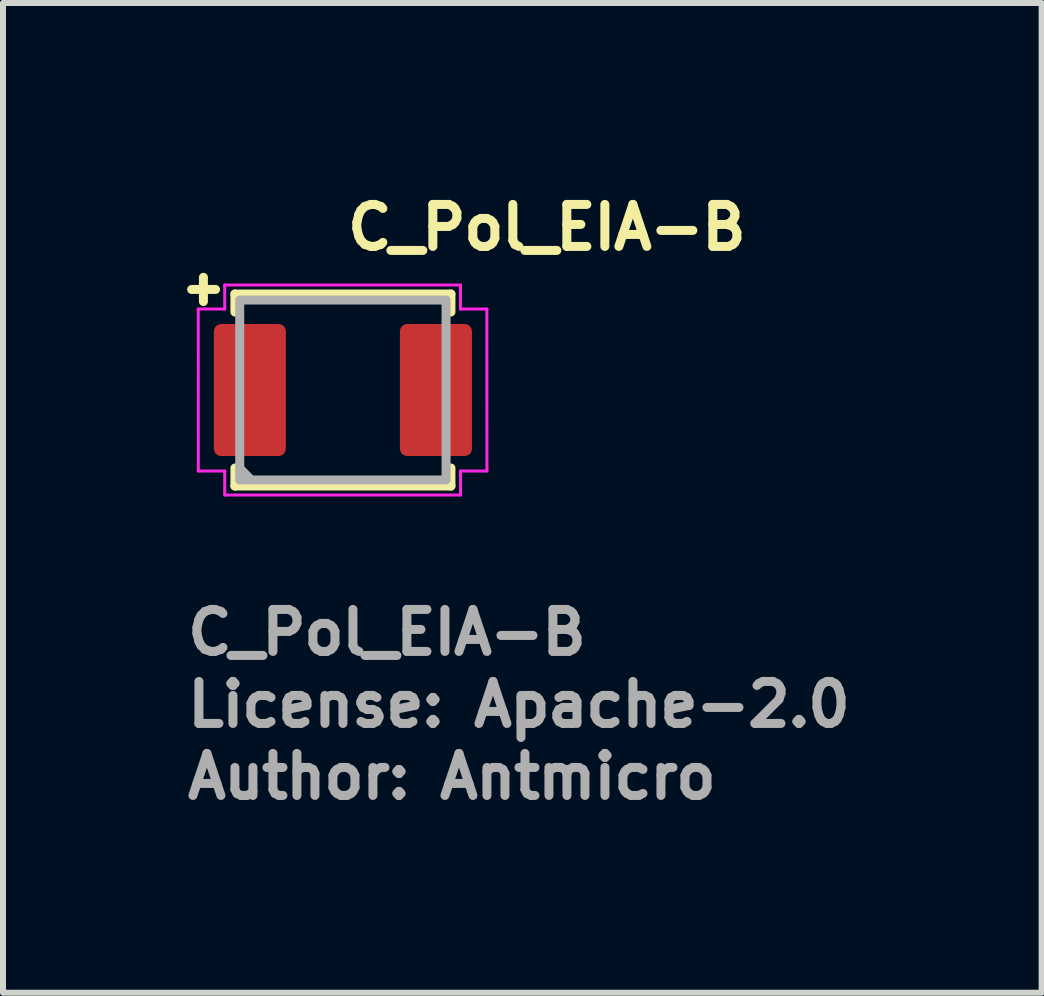
<source format=kicad_pcb>
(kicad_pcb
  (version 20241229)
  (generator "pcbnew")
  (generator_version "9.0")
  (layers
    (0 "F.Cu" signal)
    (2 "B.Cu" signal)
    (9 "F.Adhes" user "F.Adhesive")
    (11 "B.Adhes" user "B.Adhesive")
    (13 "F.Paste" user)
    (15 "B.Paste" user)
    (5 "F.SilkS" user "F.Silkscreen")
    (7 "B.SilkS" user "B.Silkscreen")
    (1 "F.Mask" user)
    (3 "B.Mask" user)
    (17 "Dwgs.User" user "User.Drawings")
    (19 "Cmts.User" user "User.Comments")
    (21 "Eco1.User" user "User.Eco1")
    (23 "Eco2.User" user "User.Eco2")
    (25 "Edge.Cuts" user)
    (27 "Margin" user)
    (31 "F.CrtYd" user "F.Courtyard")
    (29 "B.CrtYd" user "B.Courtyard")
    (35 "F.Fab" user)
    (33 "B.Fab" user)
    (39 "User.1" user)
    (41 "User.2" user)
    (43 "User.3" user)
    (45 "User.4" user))
  (footprint "C_Pol_EIA-B"
    (layer "F.Cu")
    (at 2.665 3.45)
    (property "Reference" "C_Pol_EIA-B" (at 0 -2.3 0) (layer "F.SilkS") (effects (font (size 0.7 0.7) (thickness 0.15)) (justify left bottom)))
    (attr smd)
    (fp_line (start -2.521 -1.676) (end -2.123 -1.676) (stroke (width 0.15) (type solid)) (layer "F.SilkS"))
    (fp_line (start -2.325 -1.475) (end -2.325 -1.878) (stroke (width 0.15) (type solid)) (layer "F.SilkS"))
    (fp_line (start -1.8 -1.6) (end 1.8 -1.6) (stroke (width 0.15) (type solid)) (layer "F.SilkS"))
    (fp_line (start -1.8 -1.3) (end -1.8 -1.6) (stroke (width 0.15) (type solid)) (layer "F.SilkS"))
    (fp_line (start -1.8 1.3) (end -1.8 1.6) (stroke (width 0.15) (type solid)) (layer "F.SilkS"))
    (fp_line (start 1.8 -1.3) (end 1.8 -1.6) (stroke (width 0.15) (type solid)) (layer "F.SilkS"))
    (fp_line (start 1.8 1.3) (end 1.8 1.6) (stroke (width 0.15) (type solid)) (layer "F.SilkS"))
    (fp_line (start 1.8 1.6) (end -1.8 1.6) (stroke (width 0.15) (type solid)) (layer "F.SilkS"))
    (fp_line (start -2.411 -1.35) (end -2.41 1.35) (stroke (width 0.05) (type solid)) (layer "F.CrtYd"))
    (fp_line (start -1.97 -1.75) (end -1.97 -1.35) (stroke (width 0.05) (type solid)) (layer "F.CrtYd"))
    (fp_line (start -1.97 -1.35) (end -2.41 -1.35) (stroke (width 0.05) (type solid)) (layer "F.CrtYd"))
    (fp_line (start -1.97 1.35) (end -2.41 1.35) (stroke (width 0.05) (type solid)) (layer "F.CrtYd"))
    (fp_line (start -1.97 1.35) (end -1.97 1.75) (stroke (width 0.05) (type solid)) (layer "F.CrtYd"))
    (fp_line (start 1.959 -1.75) (end -1.97 -1.75) (stroke (width 0.05) (type solid)) (layer "F.CrtYd"))
    (fp_line (start 1.959 -1.75) (end 1.959 -1.35) (stroke (width 0.05) (type solid)) (layer "F.CrtYd"))
    (fp_line (start 1.96 1.35) (end 1.96 1.75) (stroke (width 0.05) (type solid)) (layer "F.CrtYd"))
    (fp_line (start 1.96 1.75) (end -1.97 1.75) (stroke (width 0.05) (type solid)) (layer "F.CrtYd"))
    (fp_line (start 2.399 -1.35) (end 1.959 -1.35) (stroke (width 0.05) (type solid)) (layer "F.CrtYd"))
    (fp_line (start 2.399 -1.35) (end 2.4 1.35) (stroke (width 0.05) (type solid)) (layer "F.CrtYd"))
    (fp_line (start 2.4 1.35) (end 1.96 1.35) (stroke (width 0.05) (type solid)) (layer "F.CrtYd"))
    (fp_line (start -1.7 1.324) (end -1.551 1.475) (stroke (width 0.15) (type solid)) (layer "F.Fab"))
    (fp_rect (start -1.72 -1.5) (end 1.719 1.499) (stroke (width 0.15) (type solid)) (fill no) (layer "F.Fab"))
    (fp_rect (start -1.72 -1.5) (end 1.719 1.499) (stroke (width 0.1) (type solid)) (fill no) (layer "User.5"))
    (fp_rect (start -1.72 -1.5) (end 1.719 1.499) (stroke (width 0.1) (type solid)) (fill no) (layer "User.5"))
    (fp_line (start -1.72 -1.5) (end -1.72 1.499) (stroke (width 0.02) (type solid)) (layer "User.9"))
    (fp_line (start -1.72 1.499) (end 1.719 1.499) (stroke (width 0.02) (type solid)) (layer "User.9"))
    (fp_line (start 1.719 -1.5) (end -1.72 -1.5) (stroke (width 0.02) (type solid)) (layer "User.9"))
    (fp_line (start 1.719 1.499) (end 1.719 -1.5) (stroke (width 0.02) (type solid)) (layer "User.9"))
    (fp_text user "${REFERENCE}" (at -2.665 4.45 0) (layer "F.Fab") (effects (font (size 0.7 0.7) (thickness 0.15)) (justify left bottom)))
    (fp_text user "License: Apache-2.0" (at -2.665 5.65 0) (layer "F.Fab") (effects (font (size 0.7 0.7) (thickness 0.15)) (justify left bottom)))
    (fp_text user "Author: Antmicro" (at -2.665 6.85 0) (layer "F.Fab") (effects (font (size 0.7 0.7) (thickness 0.15)) (justify left bottom)))
    (pad "1" smd roundrect (at -1.551 0) (size 1.2 2.2) (layers "F.Cu" "F.Mask" "F.Paste") (roundrect_rratio 0.1))
    (pad "2" smd roundrect (at 1.55 0) (size 1.2 2.2) (layers "F.Cu" "F.Mask" "F.Paste") (roundrect_rratio 0.1)))
  (gr_rect
    (start -3 -3)
    (end 14.31 13.495)
    (stroke (width 0.1) (type default))
    (fill no)
    (layer "Edge.Cuts")))
</source>
